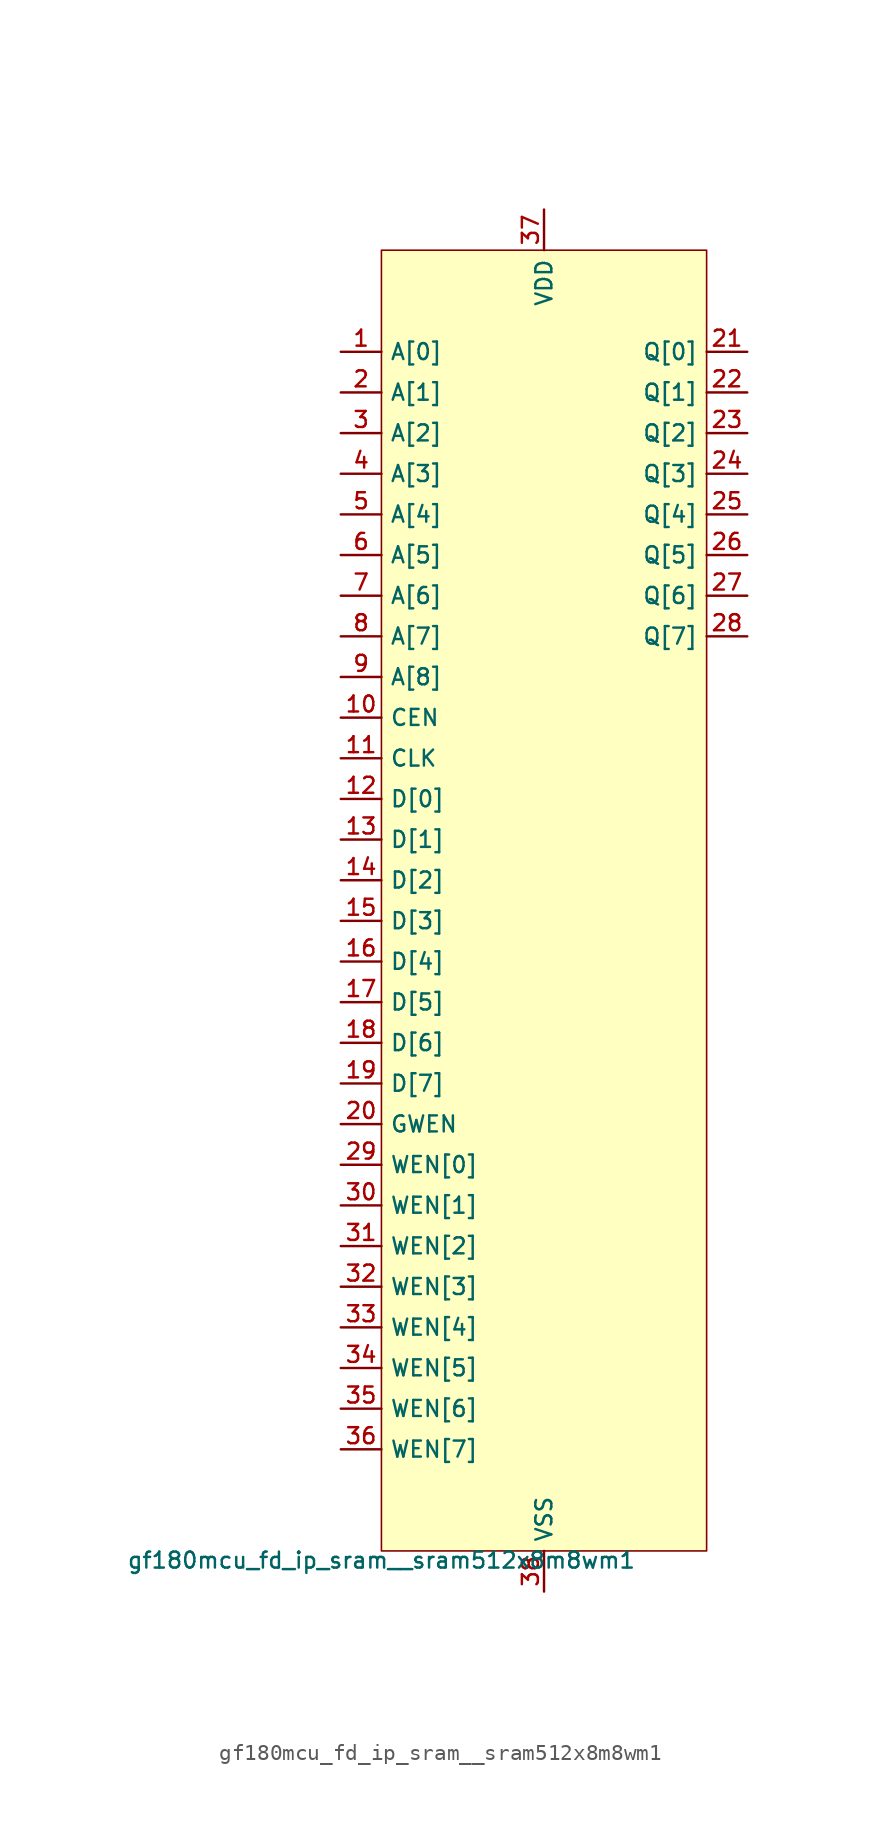
<source format=kicad_sym>
(kicad_symbol_lib
  (version 20211014)
  (generator pdk2kicad)
  (symbol "gf180mcu_fd_ip_sram__sram512x8m8wm1"
    (property "Reference" "X"
      (at 0 0 0)
      (effects (font (size 1 1)) hide))
    (property "Value" "gf180mcu_fd_ip_sram__sram512x8m8wm1"
      (at -10.16 -40.64 0)
      (effects (font (size 1 1)) (justify top)))
    (rectangle
      (start -10.16 -40.64)
      (end 10.16 40.64)
      (stroke (width 0.1) (type solid) (color 0 0 0 0))
      (fill (type background)))
    (pin input line
      (at -12.7 34.29 0)
      (length 2.54)
      (name "A[0]" (effects (font (size 1 1)) hide))
      (number "1" (effects (font (size 1 1)) hide)))
    (pin input line
      (at -12.7 31.75 0)
      (length 2.54)
      (name "A[1]" (effects (font (size 1 1)) hide))
      (number "2" (effects (font (size 1 1)) hide)))
    (pin input line
      (at -12.7 29.21 0)
      (length 2.54)
      (name "A[2]" (effects (font (size 1 1)) hide))
      (number "3" (effects (font (size 1 1)) hide)))
    (pin input line
      (at -12.7 26.67 0)
      (length 2.54)
      (name "A[3]" (effects (font (size 1 1)) hide))
      (number "4" (effects (font (size 1 1)) hide)))
    (pin input line
      (at -12.7 24.13 0)
      (length 2.54)
      (name "A[4]" (effects (font (size 1 1)) hide))
      (number "5" (effects (font (size 1 1)) hide)))
    (pin input line
      (at -12.7 21.59 0)
      (length 2.54)
      (name "A[5]" (effects (font (size 1 1)) hide))
      (number "6" (effects (font (size 1 1)) hide)))
    (pin input line
      (at -12.7 19.05 0)
      (length 2.54)
      (name "A[6]" (effects (font (size 1 1)) hide))
      (number "7" (effects (font (size 1 1)) hide)))
    (pin input line
      (at -12.7 16.51 0)
      (length 2.54)
      (name "A[7]" (effects (font (size 1 1)) hide))
      (number "8" (effects (font (size 1 1)) hide)))
    (pin input line
      (at -12.7 13.97 0)
      (length 2.54)
      (name "A[8]" (effects (font (size 1 1)) hide))
      (number "9" (effects (font (size 1 1)) hide)))
    (pin input line
      (at -12.7 11.43 0)
      (length 2.54)
      (name "CEN" (effects (font (size 1 1)) hide))
      (number "10" (effects (font (size 1 1)) hide)))
    (pin input line
      (at -12.7 8.89 0)
      (length 2.54)
      (name "CLK" (effects (font (size 1 1)) hide))
      (number "11" (effects (font (size 1 1)) hide)))
    (pin input line
      (at -12.7 6.35 0)
      (length 2.54)
      (name "D[0]" (effects (font (size 1 1)) hide))
      (number "12" (effects (font (size 1 1)) hide)))
    (pin input line
      (at -12.7 3.81 0)
      (length 2.54)
      (name "D[1]" (effects (font (size 1 1)) hide))
      (number "13" (effects (font (size 1 1)) hide)))
    (pin input line
      (at -12.7 1.27 0)
      (length 2.54)
      (name "D[2]" (effects (font (size 1 1)) hide))
      (number "14" (effects (font (size 1 1)) hide)))
    (pin input line
      (at -12.7 -1.27 0)
      (length 2.54)
      (name "D[3]" (effects (font (size 1 1)) hide))
      (number "15" (effects (font (size 1 1)) hide)))
    (pin input line
      (at -12.7 -3.81 0)
      (length 2.54)
      (name "D[4]" (effects (font (size 1 1)) hide))
      (number "16" (effects (font (size 1 1)) hide)))
    (pin input line
      (at -12.7 -6.35 0)
      (length 2.54)
      (name "D[5]" (effects (font (size 1 1)) hide))
      (number "17" (effects (font (size 1 1)) hide)))
    (pin input line
      (at -12.7 -8.89 0)
      (length 2.54)
      (name "D[6]" (effects (font (size 1 1)) hide))
      (number "18" (effects (font (size 1 1)) hide)))
    (pin input line
      (at -12.7 -11.43 0)
      (length 2.54)
      (name "D[7]" (effects (font (size 1 1)) hide))
      (number "19" (effects (font (size 1 1)) hide)))
    (pin input line
      (at -12.7 -13.97 0)
      (length 2.54)
      (name "GWEN" (effects (font (size 1 1)) hide))
      (number "20" (effects (font (size 1 1)) hide)))
    (pin output line
      (at 12.7 34.29 180)
      (length 2.54)
      (name "Q[0]" (effects (font (size 1 1)) hide))
      (number "21" (effects (font (size 1 1)) hide)))
    (pin output line
      (at 12.7 31.75 180)
      (length 2.54)
      (name "Q[1]" (effects (font (size 1 1)) hide))
      (number "22" (effects (font (size 1 1)) hide)))
    (pin output line
      (at 12.7 29.21 180)
      (length 2.54)
      (name "Q[2]" (effects (font (size 1 1)) hide))
      (number "23" (effects (font (size 1 1)) hide)))
    (pin output line
      (at 12.7 26.67 180)
      (length 2.54)
      (name "Q[3]" (effects (font (size 1 1)) hide))
      (number "24" (effects (font (size 1 1)) hide)))
    (pin output line
      (at 12.7 24.13 180)
      (length 2.54)
      (name "Q[4]" (effects (font (size 1 1)) hide))
      (number "25" (effects (font (size 1 1)) hide)))
    (pin output line
      (at 12.7 21.59 180)
      (length 2.54)
      (name "Q[5]" (effects (font (size 1 1)) hide))
      (number "26" (effects (font (size 1 1)) hide)))
    (pin output line
      (at 12.7 19.05 180)
      (length 2.54)
      (name "Q[6]" (effects (font (size 1 1)) hide))
      (number "27" (effects (font (size 1 1)) hide)))
    (pin output line
      (at 12.7 16.51 180)
      (length 2.54)
      (name "Q[7]" (effects (font (size 1 1)) hide))
      (number "28" (effects (font (size 1 1)) hide)))
    (pin input line
      (at -12.7 -16.51 0)
      (length 2.54)
      (name "WEN[0]" (effects (font (size 1 1)) hide))
      (number "29" (effects (font (size 1 1)) hide)))
    (pin input line
      (at -12.7 -19.05 0)
      (length 2.54)
      (name "WEN[1]" (effects (font (size 1 1)) hide))
      (number "30" (effects (font (size 1 1)) hide)))
    (pin input line
      (at -12.7 -21.59 0)
      (length 2.54)
      (name "WEN[2]" (effects (font (size 1 1)) hide))
      (number "31" (effects (font (size 1 1)) hide)))
    (pin input line
      (at -12.7 -24.13 0)
      (length 2.54)
      (name "WEN[3]" (effects (font (size 1 1)) hide))
      (number "32" (effects (font (size 1 1)) hide)))
    (pin input line
      (at -12.7 -26.67 0)
      (length 2.54)
      (name "WEN[4]" (effects (font (size 1 1)) hide))
      (number "33" (effects (font (size 1 1)) hide)))
    (pin input line
      (at -12.7 -29.21 0)
      (length 2.54)
      (name "WEN[5]" (effects (font (size 1 1)) hide))
      (number "34" (effects (font (size 1 1)) hide)))
    (pin input line
      (at -12.7 -31.75 0)
      (length 2.54)
      (name "WEN[6]" (effects (font (size 1 1)) hide))
      (number "35" (effects (font (size 1 1)) hide)))
    (pin input line
      (at -12.7 -34.29 0)
      (length 2.54)
      (name "WEN[7]" (effects (font (size 1 1)) hide))
      (number "36" (effects (font (size 1 1)) hide)))
    (pin power_in line
      (at 0.0 43.18 270)
      (length 2.54)
      (name "VDD" (effects (font (size 1 1)) hide))
      (number "37" (effects (font (size 1 1)) hide)))
    (pin power_in line
      (at 0.0 -43.18 90)
      (length 2.54)
      (name "VSS" (effects (font (size 1 1)) hide))
      (number "38" (effects (font (size 1 1)) hide)))))
</source>
